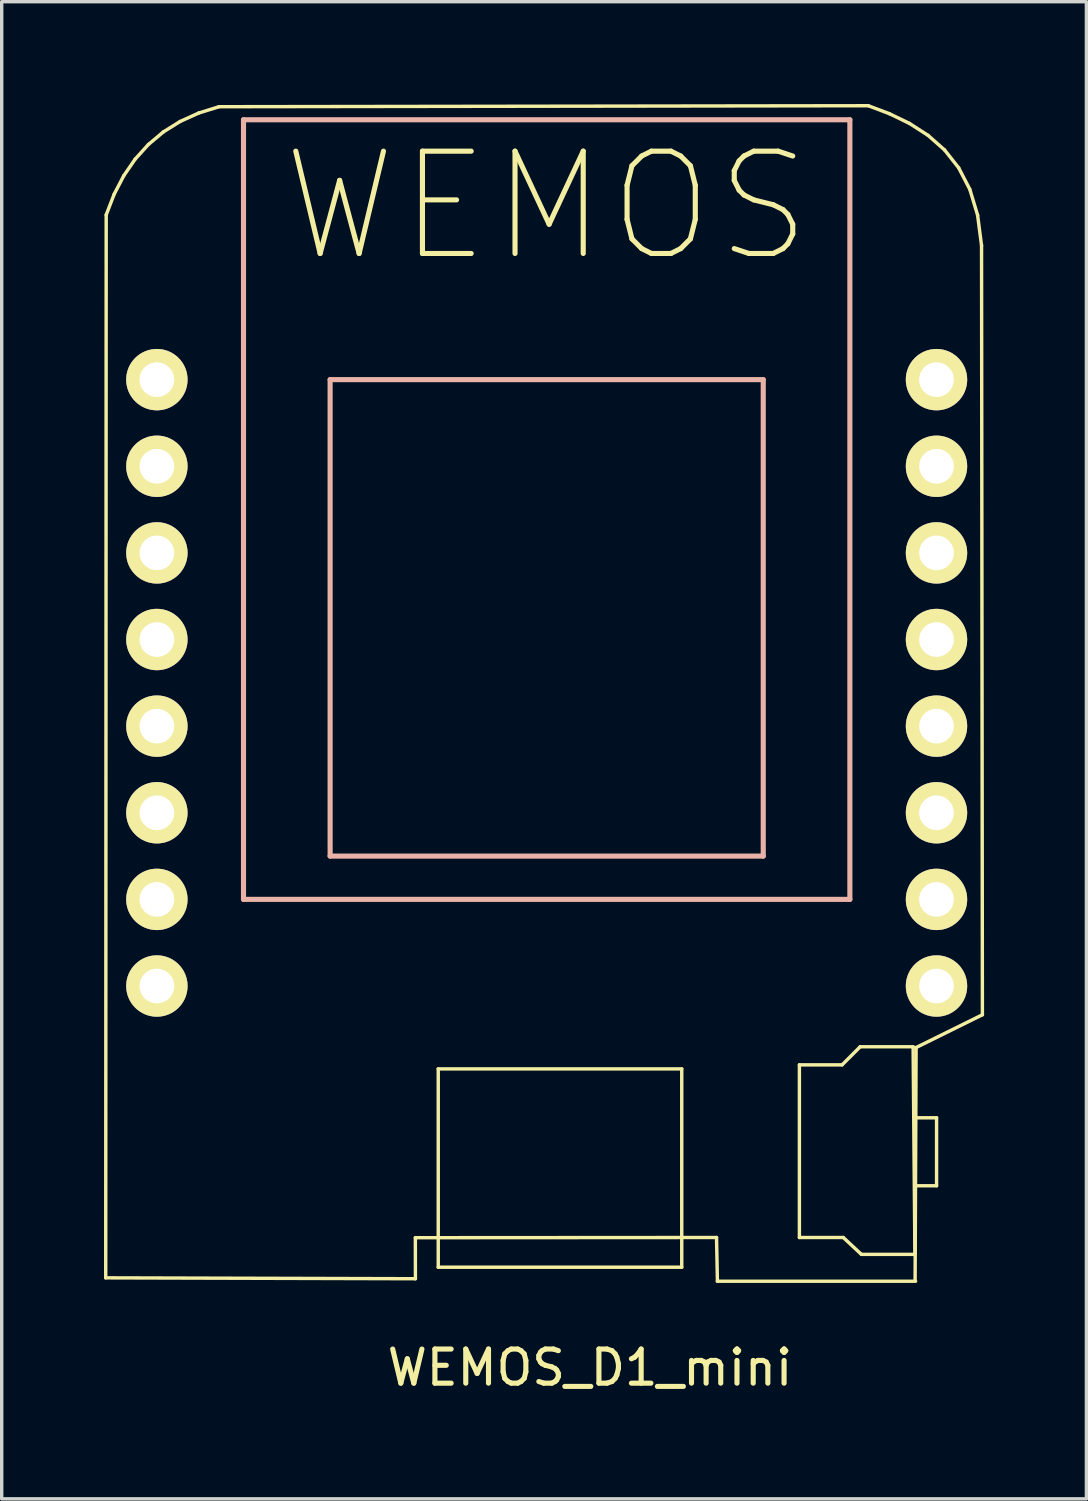
<source format=kicad_pcb>
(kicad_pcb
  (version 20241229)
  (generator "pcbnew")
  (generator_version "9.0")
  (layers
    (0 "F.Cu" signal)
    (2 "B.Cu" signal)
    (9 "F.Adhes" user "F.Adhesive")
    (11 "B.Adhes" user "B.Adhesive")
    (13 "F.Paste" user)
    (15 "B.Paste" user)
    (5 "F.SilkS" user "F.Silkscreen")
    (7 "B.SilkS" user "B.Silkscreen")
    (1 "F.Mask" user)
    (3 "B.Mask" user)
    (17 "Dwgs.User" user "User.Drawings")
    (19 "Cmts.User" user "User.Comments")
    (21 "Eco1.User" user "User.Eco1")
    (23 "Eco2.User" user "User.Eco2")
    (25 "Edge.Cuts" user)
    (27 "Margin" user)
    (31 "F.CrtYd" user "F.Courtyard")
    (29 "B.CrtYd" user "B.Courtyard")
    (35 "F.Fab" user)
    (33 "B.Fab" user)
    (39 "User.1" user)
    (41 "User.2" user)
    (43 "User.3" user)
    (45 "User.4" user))
  (footprint "WEMOS_D1_mini"
    (layer "F.Cu")
    (at 12.98 18.242)
    (property "Reference" "WEMOS_D1_mini" (at 1.27 18.81 0) (layer "F.SilkS") (effects (font (size 1 1) (thickness 0.15))))
    (attr through_hole)
    (fp_line (start -12.93 16.177) (end -12.916 -14.993) (stroke (width 0.1) (type solid)) (layer "F.SilkS"))
    (fp_line (start -12.916 -14.993) (end -12.683 -15.596) (stroke (width 0.1) (type solid)) (layer "F.SilkS"))
    (fp_line (start -12.683 -15.596) (end -12.4 -16.141) (stroke (width 0.1) (type solid)) (layer "F.SilkS"))
    (fp_line (start -12.4 -16.141) (end -12.065 -16.628) (stroke (width 0.1) (type solid)) (layer "F.SilkS"))
    (fp_line (start -12.065 -16.628) (end -11.679 -17.055) (stroke (width 0.1) (type solid)) (layer "F.SilkS"))
    (fp_line (start -11.679 -17.055) (end -11.241 -17.423) (stroke (width 0.1) (type solid)) (layer "F.SilkS"))
    (fp_line (start -11.241 -17.423) (end -10.749 -17.73) (stroke (width 0.1) (type solid)) (layer "F.SilkS"))
    (fp_line (start -10.749 -17.73) (end -10.205 -17.977) (stroke (width 0.1) (type solid)) (layer "F.SilkS"))
    (fp_line (start -10.205 -17.977) (end -9.607 -18.163) (stroke (width 0.1) (type solid)) (layer "F.SilkS"))
    (fp_line (start -9.607 -18.163) (end 9.43 -18.192) (stroke (width 0.1) (type solid)) (layer "F.SilkS"))
    (fp_line (start -3.851 15) (end -3.849 16.203) (stroke (width 0.1) (type solid)) (layer "F.SilkS"))
    (fp_line (start -3.849 16.203) (end -12.93 16.177) (stroke (width 0.1) (type solid)) (layer "F.SilkS"))
    (fp_line (start -3.18 10.051) (end 3.96 10.051) (stroke (width 0.1) (type solid)) (layer "F.SilkS"))
    (fp_line (start -3.18 15.865) (end -3.18 10.051) (stroke (width 0.1) (type solid)) (layer "F.SilkS"))
    (fp_line (start 3.96 10.051) (end 3.96 15.865) (stroke (width 0.1) (type solid)) (layer "F.SilkS"))
    (fp_line (start 3.96 15.865) (end -3.18 15.865) (stroke (width 0.1) (type solid)) (layer "F.SilkS"))
    (fp_line (start 4.98 14.994) (end -3.851 15) (stroke (width 0.1) (type solid)) (layer "F.SilkS"))
    (fp_line (start 5.006 16.277) (end 4.98 14.994) (stroke (width 0.1) (type solid)) (layer "F.SilkS"))
    (fp_line (start 7.41 9.932) (end 7.41 14.994) (stroke (width 0.1) (type solid)) (layer "F.SilkS"))
    (fp_line (start 7.41 14.994) (end 8.697 14.994) (stroke (width 0.1) (type solid)) (layer "F.SilkS"))
    (fp_line (start 8.662 9.932) (end 7.41 9.932) (stroke (width 0.1) (type solid)) (layer "F.SilkS"))
    (fp_line (start 8.697 14.994) (end 9.227 15.488) (stroke (width 0.1) (type solid)) (layer "F.SilkS"))
    (fp_line (start 9.191 9.402) (end 8.662 9.932) (stroke (width 0.1) (type solid)) (layer "F.SilkS"))
    (fp_line (start 9.227 15.488) (end 10.797 15.488) (stroke (width 0.1) (type solid)) (layer "F.SilkS"))
    (fp_line (start 9.43 -18.192) (end 10.05 -17.958) (stroke (width 0.1) (type solid)) (layer "F.SilkS"))
    (fp_line (start 10.05 -17.958) (end 10.638 -17.673) (stroke (width 0.1) (type solid)) (layer "F.SilkS"))
    (fp_line (start 10.638 -17.673) (end 11.181 -17.324) (stroke (width 0.1) (type solid)) (layer "F.SilkS"))
    (fp_line (start 10.744 9.402) (end 9.191 9.402) (stroke (width 0.1) (type solid)) (layer "F.SilkS"))
    (fp_line (start 10.779 11.484) (end 11.432 11.484) (stroke (width 0.1) (type solid)) (layer "F.SilkS"))
    (fp_line (start 10.797 15.488) (end 10.744 9.402) (stroke (width 0.1) (type solid)) (layer "F.SilkS"))
    (fp_line (start 10.817 16.277) (end 5.006 16.277) (stroke (width 0.1) (type solid)) (layer "F.SilkS"))
    (fp_line (start 10.832 9.424) (end 10.803 16.233) (stroke (width 0.1) (type solid)) (layer "F.SilkS"))
    (fp_line (start 11.181 -17.324) (end 11.667 -16.895) (stroke (width 0.1) (type solid)) (layer "F.SilkS"))
    (fp_line (start 11.432 11.484) (end 11.432 13.477) (stroke (width 0.1) (type solid)) (layer "F.SilkS"))
    (fp_line (start 11.432 13.477) (end 10.814 13.477) (stroke (width 0.1) (type solid)) (layer "F.SilkS"))
    (fp_line (start 11.667 -16.895) (end 12.08 -16.371) (stroke (width 0.1) (type solid)) (layer "F.SilkS"))
    (fp_line (start 12.08 -16.371) (end 12.407 -15.74) (stroke (width 0.1) (type solid)) (layer "F.SilkS"))
    (fp_line (start 12.407 -15.74) (end 12.635 -14.985) (stroke (width 0.1) (type solid)) (layer "F.SilkS"))
    (fp_line (start 12.635 -14.985) (end 12.751 -14.092) (stroke (width 0.1) (type solid)) (layer "F.SilkS"))
    (fp_line (start 12.751 -14.092) (end 12.776 8.463) (stroke (width 0.1) (type solid)) (layer "F.SilkS"))
    (fp_line (start 12.776 8.463) (end 10.832 9.424) (stroke (width 0.1) (type solid)) (layer "F.SilkS"))
    (fp_line (start -8.89 -17.78) (end -8.89 5.08) (stroke (width 0.15) (type solid)) (layer "B.SilkS"))
    (fp_line (start -8.89 5.08) (end 8.89 5.08) (stroke (width 0.15) (type solid)) (layer "B.SilkS"))
    (fp_line (start -6.35 -10.16) (end 6.35 -10.16) (stroke (width 0.15) (type solid)) (layer "B.SilkS"))
    (fp_line (start -6.35 3.81) (end -6.35 -10.16) (stroke (width 0.15) (type solid)) (layer "B.SilkS"))
    (fp_line (start 6.35 -10.16) (end 6.35 3.81) (stroke (width 0.15) (type solid)) (layer "B.SilkS"))
    (fp_line (start 6.35 3.81) (end -6.35 3.81) (stroke (width 0.15) (type solid)) (layer "B.SilkS"))
    (fp_line (start 8.89 -17.78) (end -8.89 -17.78) (stroke (width 0.15) (type solid)) (layer "B.SilkS"))
    (fp_line (start 8.89 5.08) (end 8.89 -17.78) (stroke (width 0.15) (type solid)) (layer "B.SilkS"))
    (fp_text user "WEMOS" (at 0 -15.24 0) (layer "F.SilkS") (effects (font (size 3 3) (thickness 0.15))))
    (pad "1" thru_hole circle (at 11.43 7.62) (size 1.8 1.8) (drill 1.016) (layers "*.Cu" "*.Mask" "F.SilkS"))
    (pad "2" thru_hole circle (at 11.43 5.08) (size 1.8 1.8) (drill 1.016) (layers "*.Cu" "*.Mask" "F.SilkS"))
    (pad "3" thru_hole circle (at 11.43 2.54) (size 1.8 1.8) (drill 1.016) (layers "*.Cu" "*.Mask" "F.SilkS"))
    (pad "4" thru_hole circle (at 11.43 0) (size 1.8 1.8) (drill 1.016) (layers "*.Cu" "*.Mask" "F.SilkS"))
    (pad "5" thru_hole circle (at 11.43 -2.54) (size 1.8 1.8) (drill 1.016) (layers "*.Cu" "*.Mask" "F.SilkS"))
    (pad "6" thru_hole circle (at 11.43 -5.08) (size 1.8 1.8) (drill 1.016) (layers "*.Cu" "*.Mask" "F.SilkS"))
    (pad "7" thru_hole circle (at 11.43 -7.62) (size 1.8 1.8) (drill 1.016) (layers "*.Cu" "*.Mask" "F.SilkS"))
    (pad "8" thru_hole circle (at 11.43 -10.16) (size 1.8 1.8) (drill 1.016) (layers "*.Cu" "*.Mask" "F.SilkS"))
    (pad "9" thru_hole circle (at -11.43 -10.16) (size 1.8 1.8) (drill 1.016) (layers "*.Cu" "*.Mask" "F.SilkS"))
    (pad "10" thru_hole circle (at -11.43 -7.62) (size 1.8 1.8) (drill 1.016) (layers "*.Cu" "*.Mask" "F.SilkS"))
    (pad "11" thru_hole circle (at -11.43 -5.08) (size 1.8 1.8) (drill 1.016) (layers "*.Cu" "*.Mask" "F.SilkS"))
    (pad "12" thru_hole circle (at -11.43 -2.54) (size 1.8 1.8) (drill 1.016) (layers "*.Cu" "*.Mask" "F.SilkS"))
    (pad "13" thru_hole circle (at -11.43 0) (size 1.8 1.8) (drill 1.016) (layers "*.Cu" "*.Mask" "F.SilkS"))
    (pad "14" thru_hole circle (at -11.43 2.54) (size 1.8 1.8) (drill 1.016) (layers "*.Cu" "*.Mask" "F.SilkS"))
    (pad "15" thru_hole circle (at -11.43 5.08) (size 1.8 1.8) (drill 1.016) (layers "*.Cu" "*.Mask" "F.SilkS"))
    (pad "16" thru_hole circle (at -11.43 7.62) (size 1.8 1.8) (drill 1.016) (layers "*.Cu" "*.Mask" "F.SilkS")))
  (gr_rect
    (start -3 -3)
    (end 28.806 40.9)
    (stroke (width 0.1) (type default))
    (fill no)
    (layer "Edge.Cuts")))
</source>
